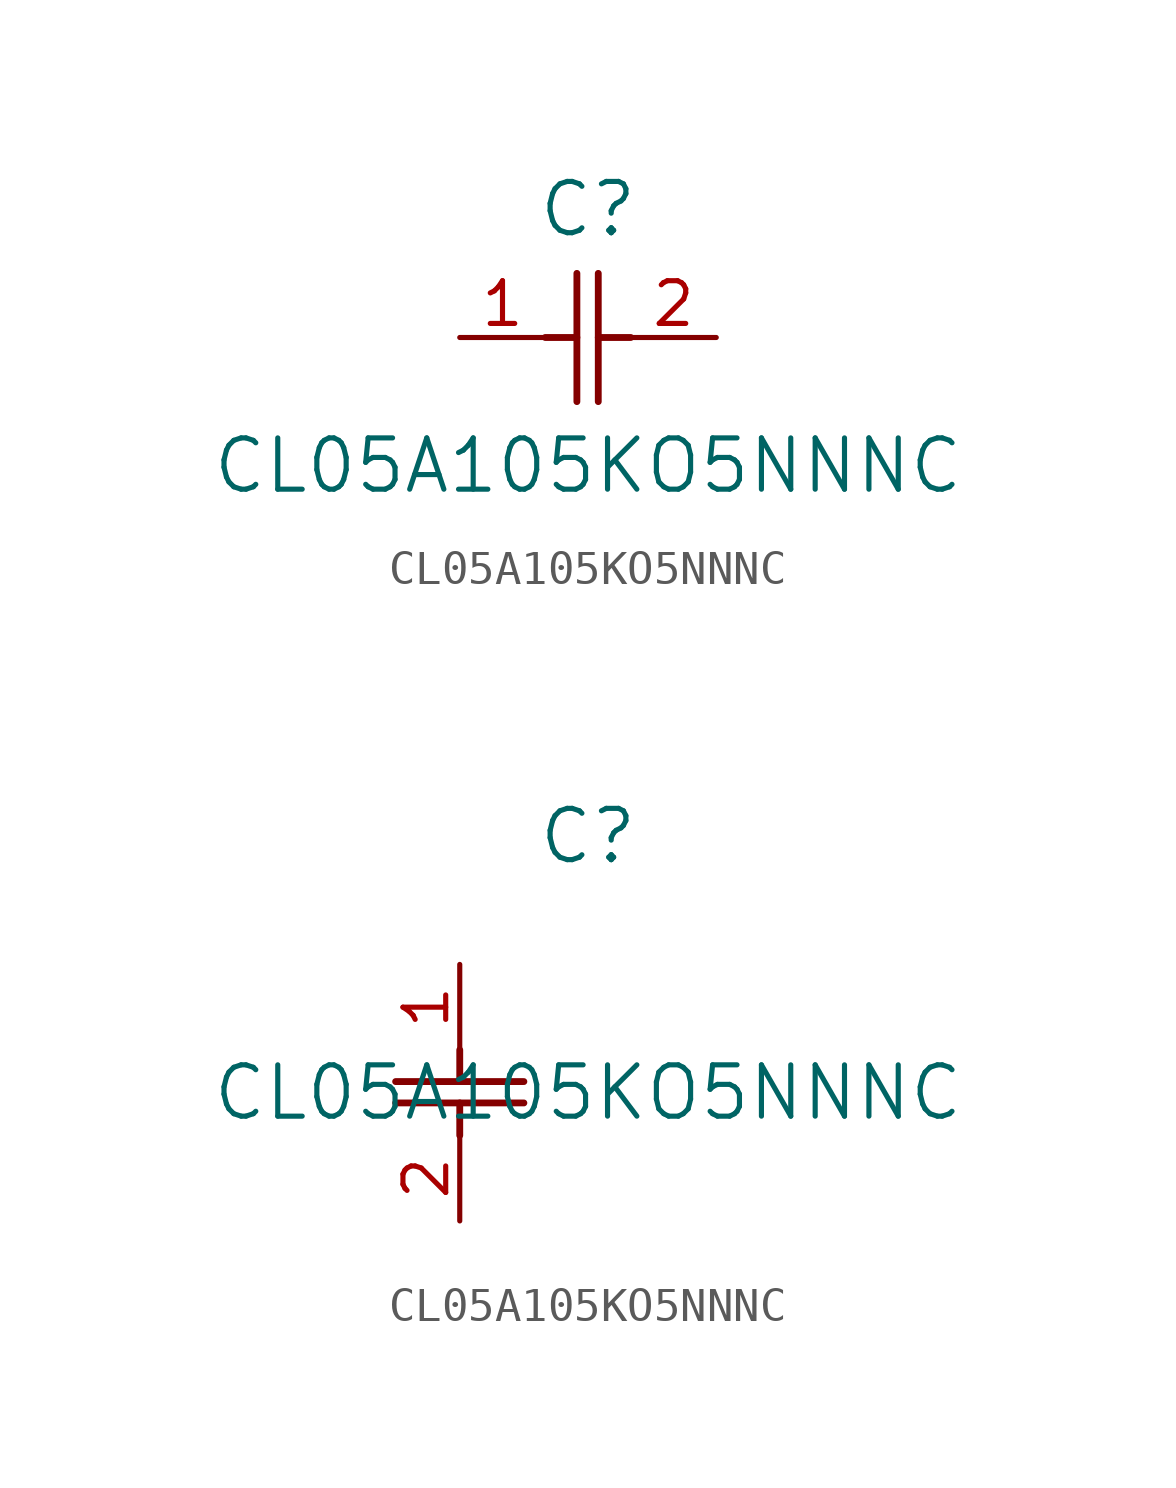
<source format=kicad_sym>
(kicad_symbol_lib
  (version 20211014)
  (generator kicad_symbol_editor)
  (symbol "CL05A105KO5NNNC"
    (pin_names
      (offset 0.254))
    (property "Reference" "C"
      (at 3.81 3.81 0)
      (effects (font (size 1.524 1.524))))
    (property "Value" "CL05A105KO5NNNC"
      (at 3.81 -3.81 0)
      (effects (font (size 1.524 1.524))))
    (symbol "CL05A105KO5NNNC_1_1"
      (polyline (pts (xy 3.48 -1.905) (xy 3.48 1.905)) (stroke (width 0.203) (type default) (color 0 0 0 0)) (fill (type none)))
      (polyline (pts (xy 4.115 -1.905) (xy 4.115 1.905)) (stroke (width 0.203) (type default) (color 0 0 0 0)) (fill (type none)))
      (polyline (pts (xy 4.115 0) (xy 5.08 0)) (stroke (width 0.203) (type default) (color 0 0 0 0)) (fill (type none)))
      (polyline (pts (xy 2.54 0) (xy 3.48 0)) (stroke (width 0.203) (type default) (color 0 0 0 0)) (fill (type none)))
      (pin unspecified line (at 0 0 0) (length 2.54) (name "" (effects (font (size 1.27 1.27)))) (number "1" (effects (font (size 1.27 1.27)))))
      (pin unspecified line (at 7.62 0 180) (length 2.54) (name "" (effects (font (size 1.27 1.27)))) (number "2" (effects (font (size 1.27 1.27))))))
    (symbol "CL05A105KO5NNNC_1_2"
      (polyline (pts (xy -1.905 -3.48) (xy 1.905 -3.48)) (stroke (width 0.203) (type default) (color 0 0 0 0)) (fill (type none)))
      (polyline (pts (xy -1.905 -4.115) (xy 1.905 -4.115)) (stroke (width 0.203) (type default) (color 0 0 0 0)) (fill (type none)))
      (polyline (pts (xy 0 -4.115) (xy 0 -5.08)) (stroke (width 0.203) (type default) (color 0 0 0 0)) (fill (type none)))
      (polyline (pts (xy 0 -2.54) (xy 0 -3.48)) (stroke (width 0.203) (type default) (color 0 0 0 0)) (fill (type none)))
      (pin unspecified line (at 0 0 270) (length 2.54) (name "" (effects (font (size 1.27 1.27)))) (number "1" (effects (font (size 1.27 1.27)))))
      (pin unspecified line (at 0 -7.62 90) (length 2.54) (name "" (effects (font (size 1.27 1.27)))) (number "2" (effects (font (size 1.27 1.27))))))))
</source>
